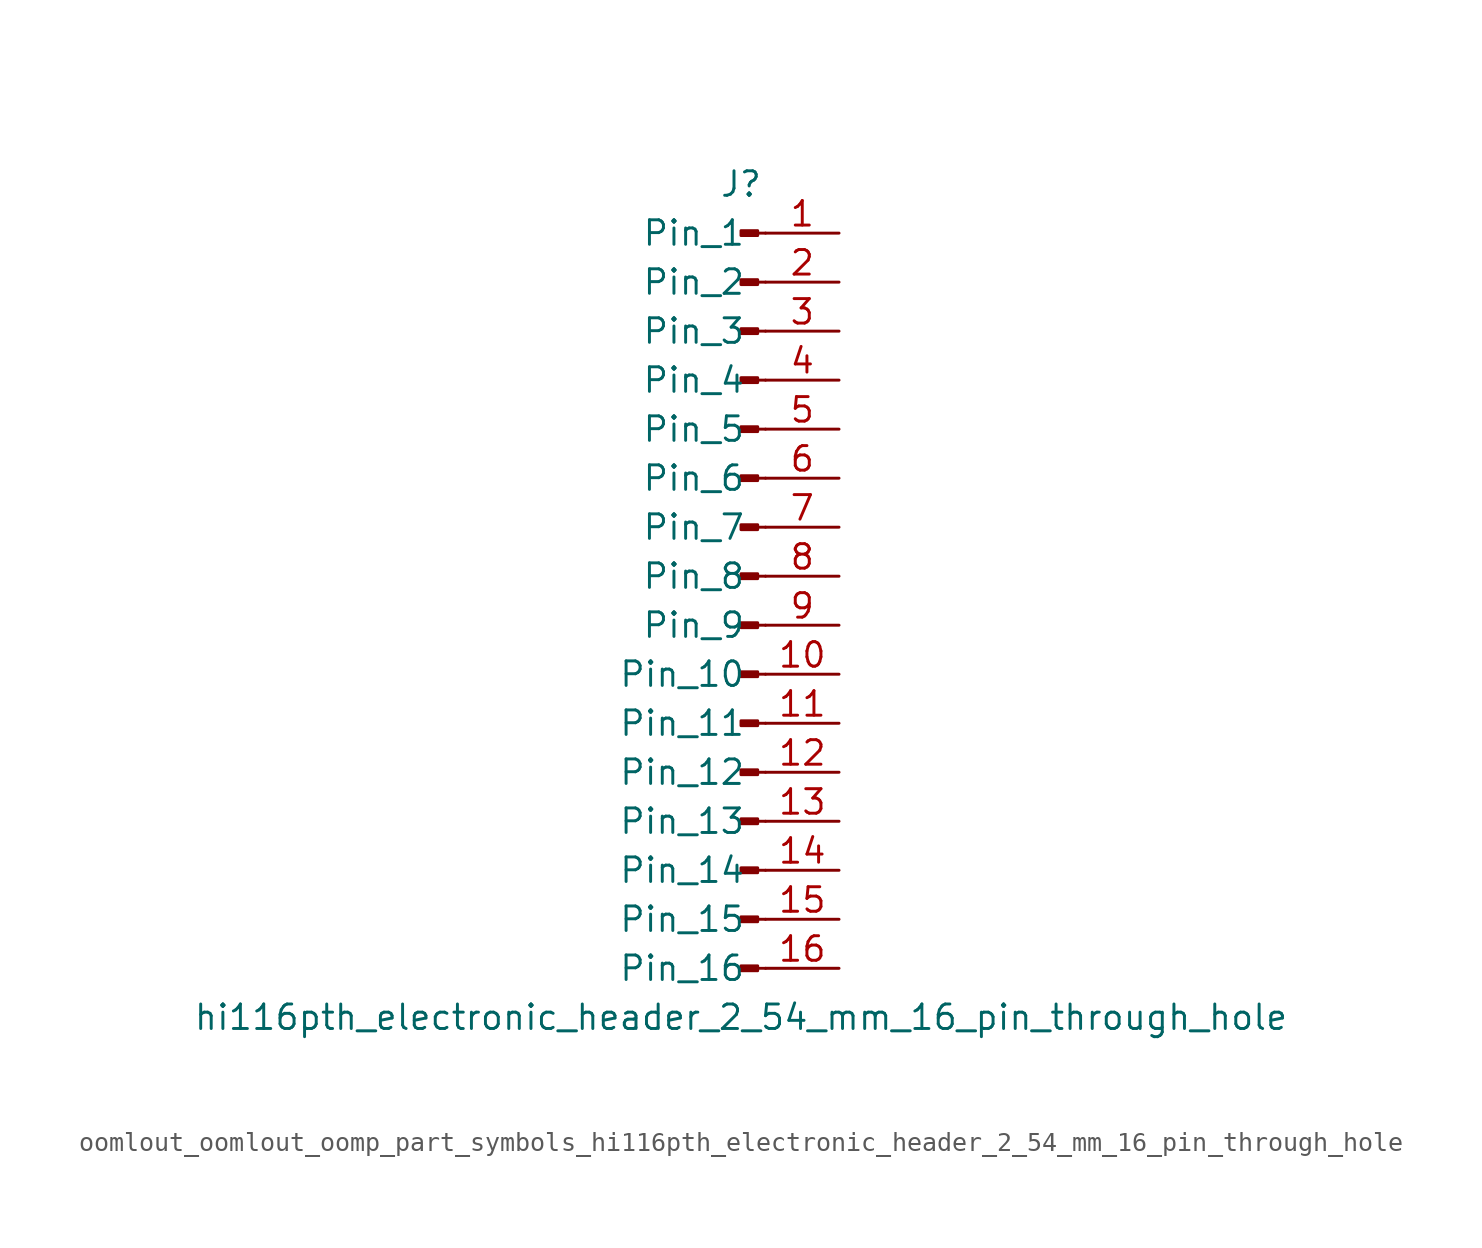
<source format=kicad_sym>
(kicad_symbol_lib
  (version 20220914)
  (generator kicad_symbol_editor)
  (symbol "oomlout_oomlout_oomp_part_symbols_hi116pth_electronic_header_2_54_mm_16_pin_through_hole"
    (pin_names
      (offset 1.016))
    (property "Reference" "J"
      (at 0 20.32 0)
      (effects (font (size 1.27 1.27))))
    (property "Value" "hi116pth_electronic_header_2_54_mm_16_pin_through_hole"
      (at 0 -22.86 0)
      (effects (font (size 1.27 1.27))))
    (property "ki_locked" ""
      (at 0 0 0)
      (effects (font (size 1.27 1.27))))
    (symbol "oomlout_oomlout_oomp_part_symbols_hi116pth_electronic_header_2_54_mm_16_pin_through_hole_1_1"
      (polyline (pts (xy 1.27 -20.32) (xy 0.864 -20.32)) (stroke (width 0.152) (type default)) (fill (type none)))
      (polyline (pts (xy 1.27 -17.78) (xy 0.864 -17.78)) (stroke (width 0.152) (type default)) (fill (type none)))
      (polyline (pts (xy 1.27 -15.24) (xy 0.864 -15.24)) (stroke (width 0.152) (type default)) (fill (type none)))
      (polyline (pts (xy 1.27 -12.7) (xy 0.864 -12.7)) (stroke (width 0.152) (type default)) (fill (type none)))
      (polyline (pts (xy 1.27 -10.16) (xy 0.864 -10.16)) (stroke (width 0.152) (type default)) (fill (type none)))
      (polyline (pts (xy 1.27 -7.62) (xy 0.864 -7.62)) (stroke (width 0.152) (type default)) (fill (type none)))
      (polyline (pts (xy 1.27 -5.08) (xy 0.864 -5.08)) (stroke (width 0.152) (type default)) (fill (type none)))
      (polyline (pts (xy 1.27 -2.54) (xy 0.864 -2.54)) (stroke (width 0.152) (type default)) (fill (type none)))
      (polyline (pts (xy 1.27 0) (xy 0.864 0)) (stroke (width 0.152) (type default)) (fill (type none)))
      (polyline (pts (xy 1.27 2.54) (xy 0.864 2.54)) (stroke (width 0.152) (type default)) (fill (type none)))
      (polyline (pts (xy 1.27 5.08) (xy 0.864 5.08)) (stroke (width 0.152) (type default)) (fill (type none)))
      (polyline (pts (xy 1.27 7.62) (xy 0.864 7.62)) (stroke (width 0.152) (type default)) (fill (type none)))
      (polyline (pts (xy 1.27 10.16) (xy 0.864 10.16)) (stroke (width 0.152) (type default)) (fill (type none)))
      (polyline (pts (xy 1.27 12.7) (xy 0.864 12.7)) (stroke (width 0.152) (type default)) (fill (type none)))
      (polyline (pts (xy 1.27 15.24) (xy 0.864 15.24)) (stroke (width 0.152) (type default)) (fill (type none)))
      (polyline (pts (xy 1.27 17.78) (xy 0.864 17.78)) (stroke (width 0.152) (type default)) (fill (type none)))
      (rectangle (start 0.864 -20.193) (end 0 -20.447) (stroke (width 0.152) (type default)) (fill (type outline)))
      (rectangle (start 0.864 -17.653) (end 0 -17.907) (stroke (width 0.152) (type default)) (fill (type outline)))
      (rectangle (start 0.864 -15.113) (end 0 -15.367) (stroke (width 0.152) (type default)) (fill (type outline)))
      (rectangle (start 0.864 -12.573) (end 0 -12.827) (stroke (width 0.152) (type default)) (fill (type outline)))
      (rectangle (start 0.864 -10.033) (end 0 -10.287) (stroke (width 0.152) (type default)) (fill (type outline)))
      (rectangle (start 0.864 -7.493) (end 0 -7.747) (stroke (width 0.152) (type default)) (fill (type outline)))
      (rectangle (start 0.864 -4.953) (end 0 -5.207) (stroke (width 0.152) (type default)) (fill (type outline)))
      (rectangle (start 0.864 -2.413) (end 0 -2.667) (stroke (width 0.152) (type default)) (fill (type outline)))
      (rectangle (start 0.864 0.127) (end 0 -0.127) (stroke (width 0.152) (type default)) (fill (type outline)))
      (rectangle (start 0.864 2.667) (end 0 2.413) (stroke (width 0.152) (type default)) (fill (type outline)))
      (rectangle (start 0.864 5.207) (end 0 4.953) (stroke (width 0.152) (type default)) (fill (type outline)))
      (rectangle (start 0.864 7.747) (end 0 7.493) (stroke (width 0.152) (type default)) (fill (type outline)))
      (rectangle (start 0.864 10.287) (end 0 10.033) (stroke (width 0.152) (type default)) (fill (type outline)))
      (rectangle (start 0.864 12.827) (end 0 12.573) (stroke (width 0.152) (type default)) (fill (type outline)))
      (rectangle (start 0.864 15.367) (end 0 15.113) (stroke (width 0.152) (type default)) (fill (type outline)))
      (rectangle (start 0.864 17.907) (end 0 17.653) (stroke (width 0.152) (type default)) (fill (type outline)))
      (pin passive line (at 5.08 17.78 180) (length 3.81) (name "Pin_1" (effects (font (size 1.27 1.27)))) (number "1" (effects (font (size 1.27 1.27)))))
      (pin passive line (at 5.08 -5.08 180) (length 3.81) (name "Pin_10" (effects (font (size 1.27 1.27)))) (number "10" (effects (font (size 1.27 1.27)))))
      (pin passive line (at 5.08 -7.62 180) (length 3.81) (name "Pin_11" (effects (font (size 1.27 1.27)))) (number "11" (effects (font (size 1.27 1.27)))))
      (pin passive line (at 5.08 -10.16 180) (length 3.81) (name "Pin_12" (effects (font (size 1.27 1.27)))) (number "12" (effects (font (size 1.27 1.27)))))
      (pin passive line (at 5.08 -12.7 180) (length 3.81) (name "Pin_13" (effects (font (size 1.27 1.27)))) (number "13" (effects (font (size 1.27 1.27)))))
      (pin passive line (at 5.08 -15.24 180) (length 3.81) (name "Pin_14" (effects (font (size 1.27 1.27)))) (number "14" (effects (font (size 1.27 1.27)))))
      (pin passive line (at 5.08 -17.78 180) (length 3.81) (name "Pin_15" (effects (font (size 1.27 1.27)))) (number "15" (effects (font (size 1.27 1.27)))))
      (pin passive line (at 5.08 -20.32 180) (length 3.81) (name "Pin_16" (effects (font (size 1.27 1.27)))) (number "16" (effects (font (size 1.27 1.27)))))
      (pin passive line (at 5.08 15.24 180) (length 3.81) (name "Pin_2" (effects (font (size 1.27 1.27)))) (number "2" (effects (font (size 1.27 1.27)))))
      (pin passive line (at 5.08 12.7 180) (length 3.81) (name "Pin_3" (effects (font (size 1.27 1.27)))) (number "3" (effects (font (size 1.27 1.27)))))
      (pin passive line (at 5.08 10.16 180) (length 3.81) (name "Pin_4" (effects (font (size 1.27 1.27)))) (number "4" (effects (font (size 1.27 1.27)))))
      (pin passive line (at 5.08 7.62 180) (length 3.81) (name "Pin_5" (effects (font (size 1.27 1.27)))) (number "5" (effects (font (size 1.27 1.27)))))
      (pin passive line (at 5.08 5.08 180) (length 3.81) (name "Pin_6" (effects (font (size 1.27 1.27)))) (number "6" (effects (font (size 1.27 1.27)))))
      (pin passive line (at 5.08 2.54 180) (length 3.81) (name "Pin_7" (effects (font (size 1.27 1.27)))) (number "7" (effects (font (size 1.27 1.27)))))
      (pin passive line (at 5.08 0 180) (length 3.81) (name "Pin_8" (effects (font (size 1.27 1.27)))) (number "8" (effects (font (size 1.27 1.27)))))
      (pin passive line (at 5.08 -2.54 180) (length 3.81) (name "Pin_9" (effects (font (size 1.27 1.27)))) (number "9" (effects (font (size 1.27 1.27))))))))
</source>
